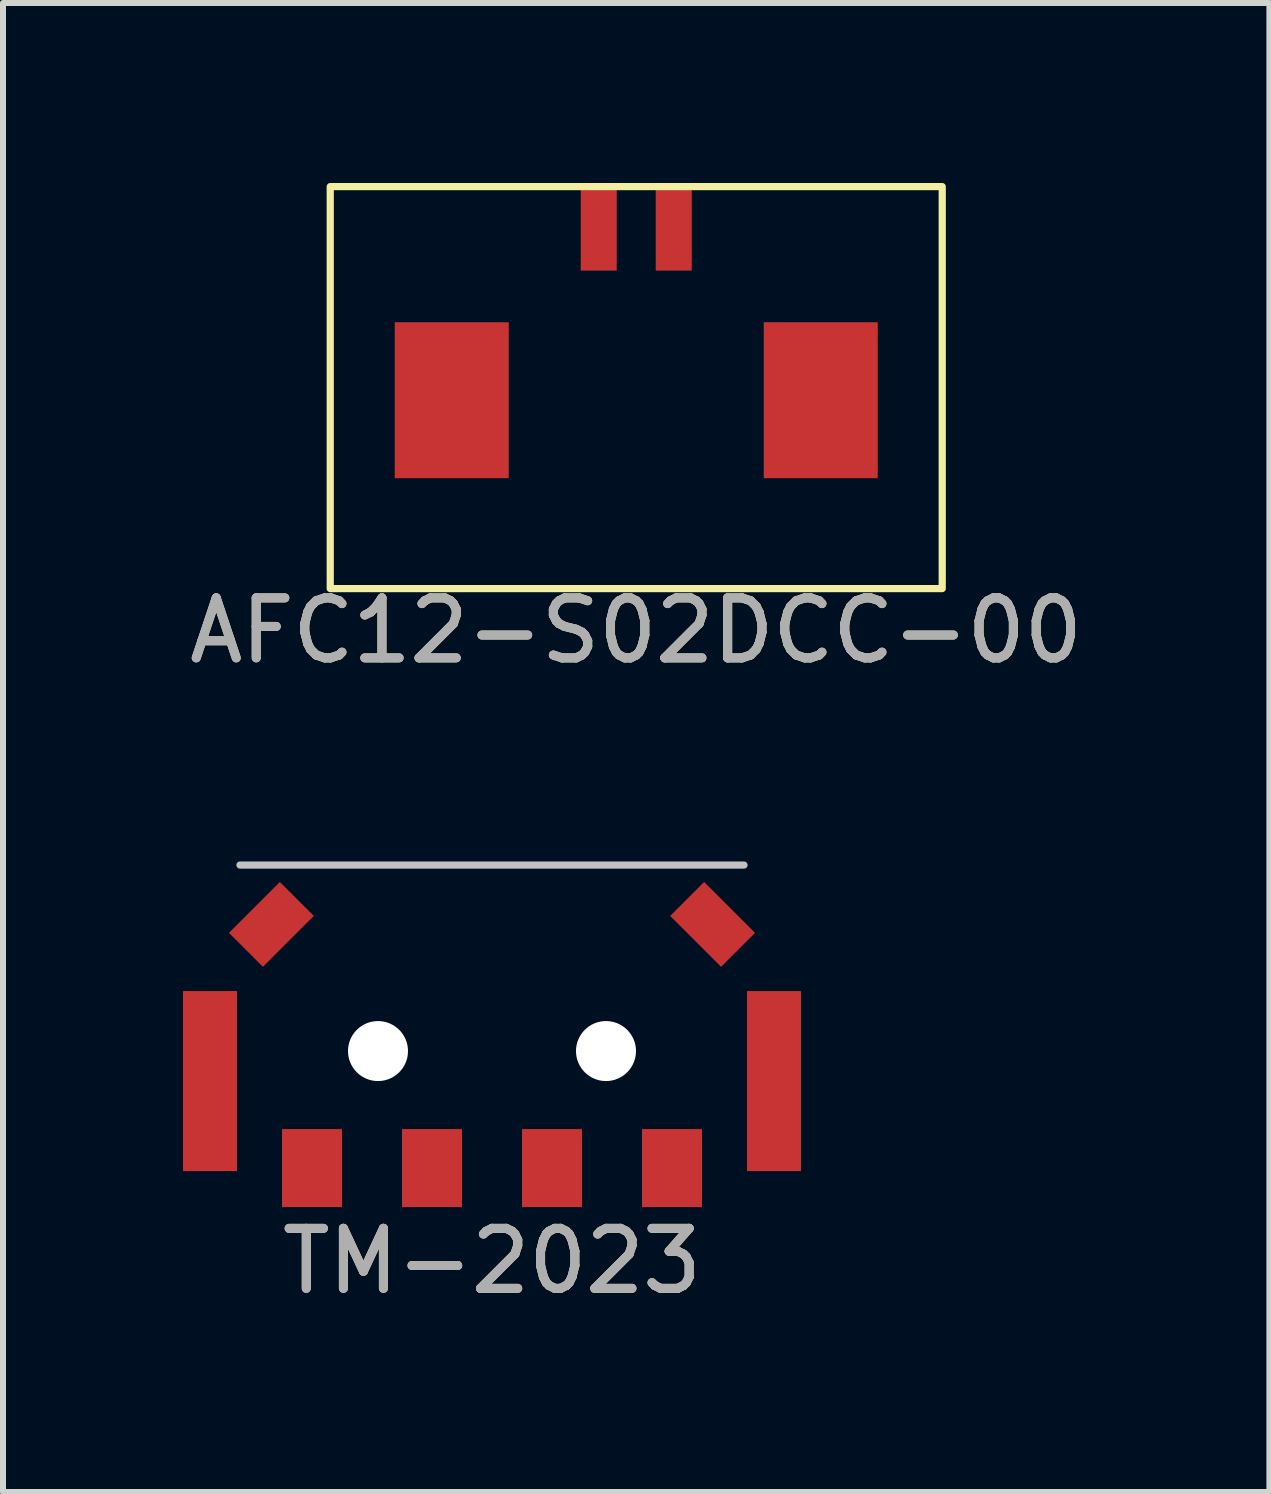
<source format=kicad_pcb>
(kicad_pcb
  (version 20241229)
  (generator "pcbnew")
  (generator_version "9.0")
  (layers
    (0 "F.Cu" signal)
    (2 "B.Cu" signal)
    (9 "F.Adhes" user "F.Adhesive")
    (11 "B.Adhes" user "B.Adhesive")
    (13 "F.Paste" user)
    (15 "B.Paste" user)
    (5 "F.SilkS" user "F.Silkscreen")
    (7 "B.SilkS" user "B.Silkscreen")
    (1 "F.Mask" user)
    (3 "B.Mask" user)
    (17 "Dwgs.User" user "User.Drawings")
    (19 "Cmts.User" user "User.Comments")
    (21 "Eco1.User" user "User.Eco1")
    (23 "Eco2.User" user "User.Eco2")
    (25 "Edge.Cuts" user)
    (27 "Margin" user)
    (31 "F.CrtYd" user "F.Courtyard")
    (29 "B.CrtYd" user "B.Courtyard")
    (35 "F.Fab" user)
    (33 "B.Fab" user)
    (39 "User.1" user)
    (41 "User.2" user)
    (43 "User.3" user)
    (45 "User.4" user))
  (footprint "AFC12-S02DCC-00"
    (layer "F.Cu")
    (at 7.554 1.46)
    (property "Reference" "AFC12-S02DCC-00" (at 0 6 0) (unlocked yes) (layer "F.SilkS") (effects (font (size 1 1) (thickness 0.15))))
    (attr smd)
    (fp_rect (start -5.1 -1.4) (end 5.1 5.3) (stroke (width 0.12) (type default)) (fill no) (layer "F.SilkS"))
    (fp_text user "${REFERENCE}" (at 0 6 0) (unlocked yes) (layer "F.Fab") (effects (font (size 1 1) (thickness 0.15))))
    (pad "" smd rect (at -3.075 2.16) (size 1.9 2.6) (layers "F.Cu" "F.Mask" "F.Paste"))
    (pad "" smd rect (at 3.075 2.16) (size 1.9 2.6) (layers "F.Cu" "F.Mask" "F.Paste"))
    (pad "1" smd rect (at -0.625 -0.675) (size 0.6 1.35) (layers "F.Cu" "F.Mask" "F.Paste"))
    (pad "2" smd rect (at 0.625 -0.675) (size 0.6 1.35) (layers "F.Cu" "F.Mask" "F.Paste")))
  (footprint "TM-2023"
    (layer "F.Cu")
    (at 5.15 15.468)
    (property "Reference" "TM-2023" (at 0 2.5 0) (unlocked yes) (layer "F.SilkS") (effects (font (size 1 1) (thickness 0.15))))
    (attr smd)
    (fp_line (start -4.2 -4.1) (end 4.2 -4.1) (stroke (width 0.12) (type default)) (layer "Dwgs.User"))
    (fp_text user "${REFERENCE}" (at 0 2.5 0) (unlocked yes) (layer "F.Fab") (effects (font (size 1 1) (thickness 0.15))))
    (pad "" smd rect (at -4.7 -0.5) (size 0.9 3) (layers "F.Cu" "F.Mask" "F.Paste"))
    (pad "" smd rect (at -3.677 -3.111 135) (size 0.8 1.2) (layers "F.Cu" "F.Mask" "F.Paste"))
    (pad "" np_thru_hole circle (at -1.9 -1) (size 1 1) (drill 1) (layers "*.Cu" "*.Mask"))
    (pad "" np_thru_hole circle (at 1.9 -1) (size 1 1) (drill 1) (layers "*.Cu" "*.Mask"))
    (pad "" smd rect (at 3.677 -3.111 45) (size 0.8 1.2) (layers "F.Cu" "F.Mask" "F.Paste"))
    (pad "" smd rect (at 4.7 -0.5) (size 0.9 3) (layers "F.Cu" "F.Mask" "F.Paste"))
    (pad "1" smd rect (at -3 0.95) (size 1 1.3) (layers "F.Cu" "F.Mask" "F.Paste"))
    (pad "4" smd rect (at 3 0.95) (size 1 1.3) (layers "F.Cu" "F.Mask" "F.Paste"))
    (pad "C" smd rect (at 1 0.95) (size 1 1.3) (layers "F.Cu" "F.Mask" "F.Paste"))
    (pad "T" smd rect (at -1 0.95) (size 1 1.3) (layers "F.Cu" "F.Mask" "F.Paste")))
  (gr_rect
    (start -3 -3)
    (end 18.107 21.817)
    (stroke (width 0.1) (type default))
    (fill no)
    (layer "Edge.Cuts")))
</source>
